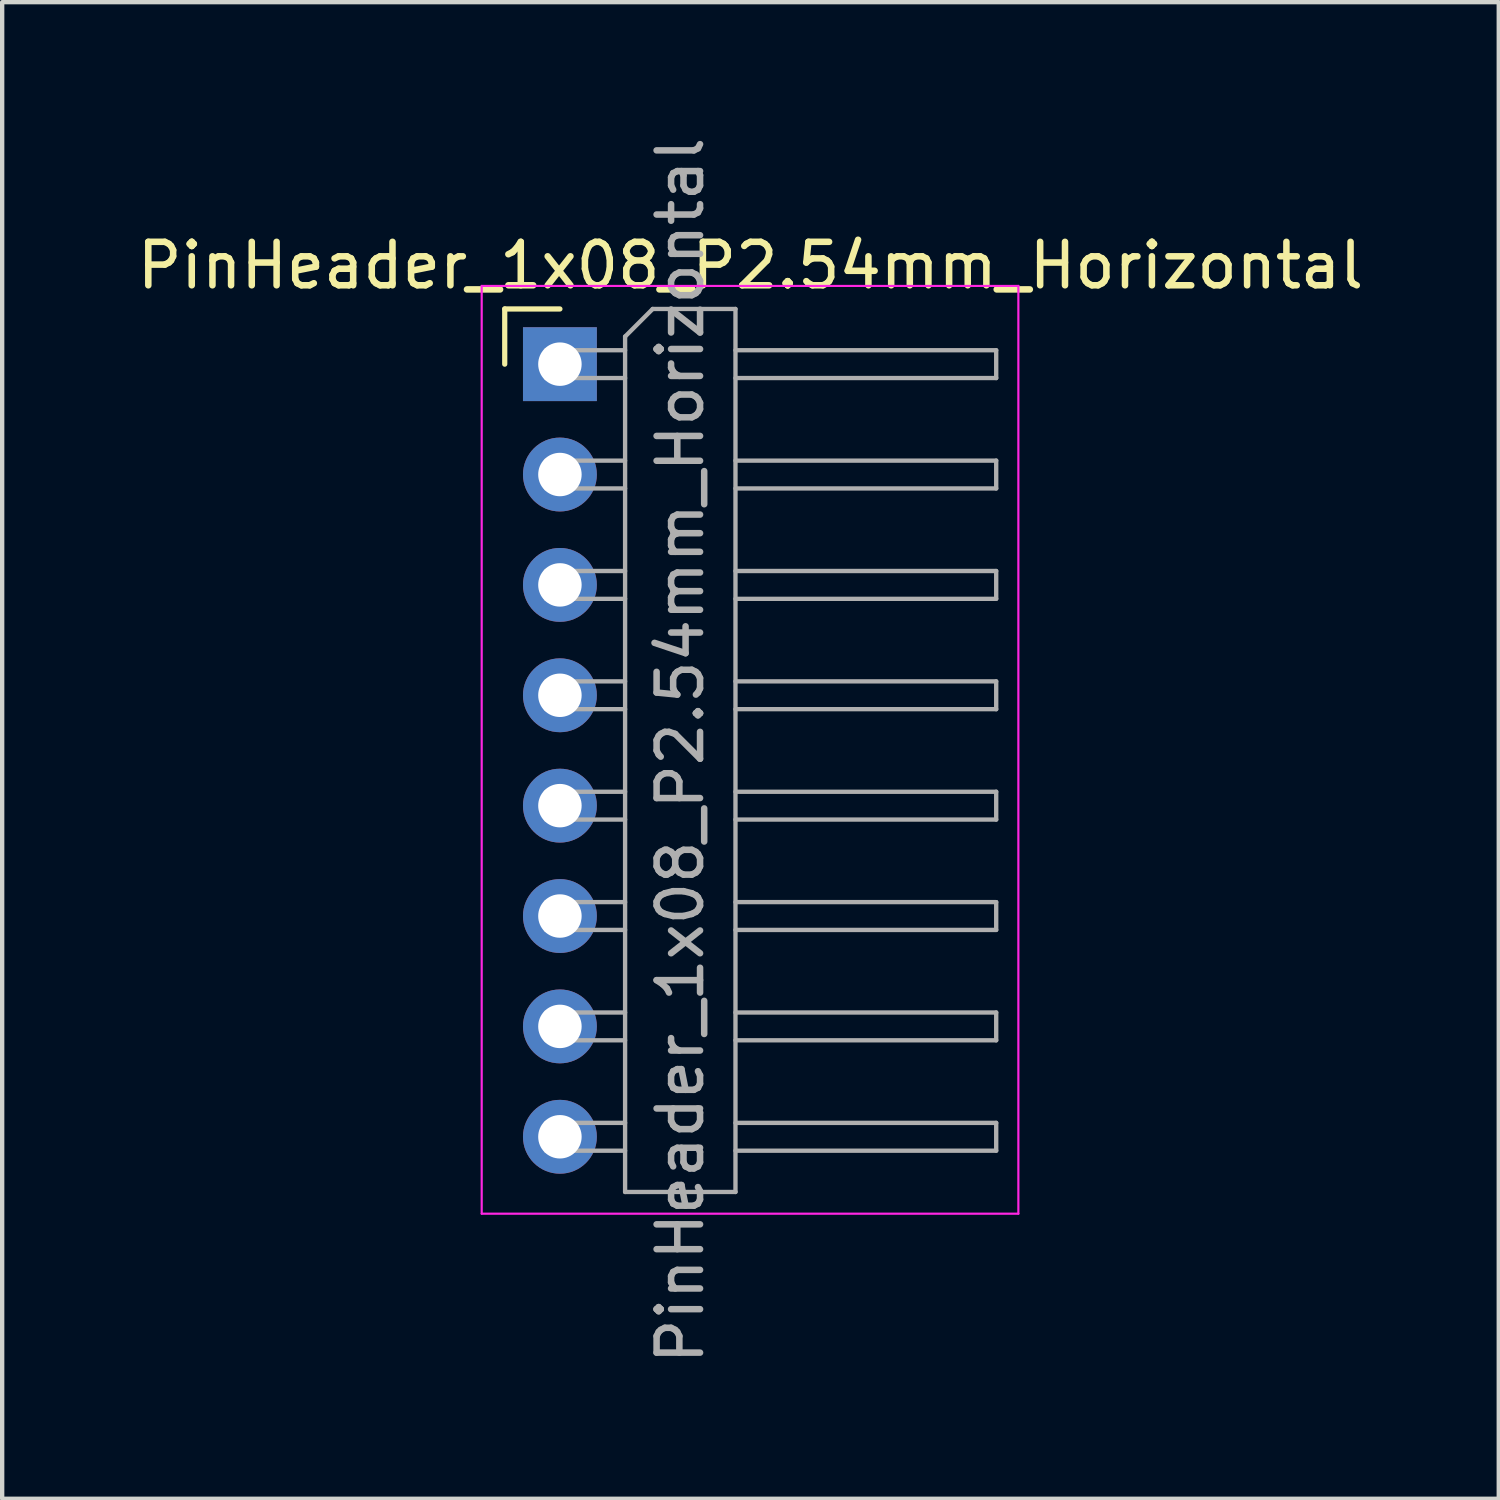
<source format=kicad_pcb>
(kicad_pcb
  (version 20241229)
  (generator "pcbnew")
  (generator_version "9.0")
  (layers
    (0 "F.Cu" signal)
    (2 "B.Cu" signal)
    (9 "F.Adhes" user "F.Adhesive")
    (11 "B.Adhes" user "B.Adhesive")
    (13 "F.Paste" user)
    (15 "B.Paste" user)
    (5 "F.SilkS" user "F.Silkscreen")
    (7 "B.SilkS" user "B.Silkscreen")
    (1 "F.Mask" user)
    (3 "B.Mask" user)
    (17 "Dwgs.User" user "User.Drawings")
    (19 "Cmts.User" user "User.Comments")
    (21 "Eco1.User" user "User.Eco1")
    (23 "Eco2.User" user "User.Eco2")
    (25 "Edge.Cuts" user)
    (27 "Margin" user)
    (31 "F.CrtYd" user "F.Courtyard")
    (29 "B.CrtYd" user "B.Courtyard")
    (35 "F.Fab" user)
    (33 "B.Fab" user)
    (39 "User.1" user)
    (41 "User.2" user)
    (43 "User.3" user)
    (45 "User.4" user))
  (footprint "PinHeader_1x08_P2.54mm_Horizontal"
    (layer "F.Cu")
    (at 9.835 5.33)
    (property "Reference" "PinHeader_1x08_P2.54mm_Horizontal" (at 4.385 -2.27 0) (layer "F.SilkS") (effects (font (size 1 1) (thickness 0.15))))
    (attr through_hole)
    (fp_line (start -1.27 -1.27) (end 0 -1.27) (stroke (width 0.12) (type solid)) (layer "F.SilkS"))
    (fp_line (start -1.27 0) (end -1.27 -1.27) (stroke (width 0.12) (type solid)) (layer "F.SilkS"))
    (fp_line (start -1.8 -1.8) (end -1.8 19.55) (stroke (width 0.05) (type solid)) (layer "F.CrtYd"))
    (fp_line (start -1.8 19.55) (end 10.55 19.55) (stroke (width 0.05) (type solid)) (layer "F.CrtYd"))
    (fp_line (start 10.55 -1.8) (end -1.8 -1.8) (stroke (width 0.05) (type solid)) (layer "F.CrtYd"))
    (fp_line (start 10.55 19.55) (end 10.55 -1.8) (stroke (width 0.05) (type solid)) (layer "F.CrtYd"))
    (fp_line (start -0.32 -0.32) (end -0.32 0.32) (stroke (width 0.1) (type solid)) (layer "F.Fab"))
    (fp_line (start -0.32 -0.32) (end 1.5 -0.32) (stroke (width 0.1) (type solid)) (layer "F.Fab"))
    (fp_line (start -0.32 0.32) (end 1.5 0.32) (stroke (width 0.1) (type solid)) (layer "F.Fab"))
    (fp_line (start -0.32 2.22) (end -0.32 2.86) (stroke (width 0.1) (type solid)) (layer "F.Fab"))
    (fp_line (start -0.32 2.22) (end 1.5 2.22) (stroke (width 0.1) (type solid)) (layer "F.Fab"))
    (fp_line (start -0.32 2.86) (end 1.5 2.86) (stroke (width 0.1) (type solid)) (layer "F.Fab"))
    (fp_line (start -0.32 4.76) (end -0.32 5.4) (stroke (width 0.1) (type solid)) (layer "F.Fab"))
    (fp_line (start -0.32 4.76) (end 1.5 4.76) (stroke (width 0.1) (type solid)) (layer "F.Fab"))
    (fp_line (start -0.32 5.4) (end 1.5 5.4) (stroke (width 0.1) (type solid)) (layer "F.Fab"))
    (fp_line (start -0.32 7.3) (end -0.32 7.94) (stroke (width 0.1) (type solid)) (layer "F.Fab"))
    (fp_line (start -0.32 7.3) (end 1.5 7.3) (stroke (width 0.1) (type solid)) (layer "F.Fab"))
    (fp_line (start -0.32 7.94) (end 1.5 7.94) (stroke (width 0.1) (type solid)) (layer "F.Fab"))
    (fp_line (start -0.32 9.84) (end -0.32 10.48) (stroke (width 0.1) (type solid)) (layer "F.Fab"))
    (fp_line (start -0.32 9.84) (end 1.5 9.84) (stroke (width 0.1) (type solid)) (layer "F.Fab"))
    (fp_line (start -0.32 10.48) (end 1.5 10.48) (stroke (width 0.1) (type solid)) (layer "F.Fab"))
    (fp_line (start -0.32 12.38) (end -0.32 13.02) (stroke (width 0.1) (type solid)) (layer "F.Fab"))
    (fp_line (start -0.32 12.38) (end 1.5 12.38) (stroke (width 0.1) (type solid)) (layer "F.Fab"))
    (fp_line (start -0.32 13.02) (end 1.5 13.02) (stroke (width 0.1) (type solid)) (layer "F.Fab"))
    (fp_line (start -0.32 14.92) (end -0.32 15.56) (stroke (width 0.1) (type solid)) (layer "F.Fab"))
    (fp_line (start -0.32 14.92) (end 1.5 14.92) (stroke (width 0.1) (type solid)) (layer "F.Fab"))
    (fp_line (start -0.32 15.56) (end 1.5 15.56) (stroke (width 0.1) (type solid)) (layer "F.Fab"))
    (fp_line (start -0.32 17.46) (end -0.32 18.1) (stroke (width 0.1) (type solid)) (layer "F.Fab"))
    (fp_line (start -0.32 17.46) (end 1.5 17.46) (stroke (width 0.1) (type solid)) (layer "F.Fab"))
    (fp_line (start -0.32 18.1) (end 1.5 18.1) (stroke (width 0.1) (type solid)) (layer "F.Fab"))
    (fp_line (start 1.5 -0.635) (end 2.135 -1.27) (stroke (width 0.1) (type solid)) (layer "F.Fab"))
    (fp_line (start 1.5 19.05) (end 1.5 -0.635) (stroke (width 0.1) (type solid)) (layer "F.Fab"))
    (fp_line (start 2.135 -1.27) (end 4.04 -1.27) (stroke (width 0.1) (type solid)) (layer "F.Fab"))
    (fp_line (start 4.04 -1.27) (end 4.04 19.05) (stroke (width 0.1) (type solid)) (layer "F.Fab"))
    (fp_line (start 4.04 -0.32) (end 10.04 -0.32) (stroke (width 0.1) (type solid)) (layer "F.Fab"))
    (fp_line (start 4.04 0.32) (end 10.04 0.32) (stroke (width 0.1) (type solid)) (layer "F.Fab"))
    (fp_line (start 4.04 2.22) (end 10.04 2.22) (stroke (width 0.1) (type solid)) (layer "F.Fab"))
    (fp_line (start 4.04 2.86) (end 10.04 2.86) (stroke (width 0.1) (type solid)) (layer "F.Fab"))
    (fp_line (start 4.04 4.76) (end 10.04 4.76) (stroke (width 0.1) (type solid)) (layer "F.Fab"))
    (fp_line (start 4.04 5.4) (end 10.04 5.4) (stroke (width 0.1) (type solid)) (layer "F.Fab"))
    (fp_line (start 4.04 7.3) (end 10.04 7.3) (stroke (width 0.1) (type solid)) (layer "F.Fab"))
    (fp_line (start 4.04 7.94) (end 10.04 7.94) (stroke (width 0.1) (type solid)) (layer "F.Fab"))
    (fp_line (start 4.04 9.84) (end 10.04 9.84) (stroke (width 0.1) (type solid)) (layer "F.Fab"))
    (fp_line (start 4.04 10.48) (end 10.04 10.48) (stroke (width 0.1) (type solid)) (layer "F.Fab"))
    (fp_line (start 4.04 12.38) (end 10.04 12.38) (stroke (width 0.1) (type solid)) (layer "F.Fab"))
    (fp_line (start 4.04 13.02) (end 10.04 13.02) (stroke (width 0.1) (type solid)) (layer "F.Fab"))
    (fp_line (start 4.04 14.92) (end 10.04 14.92) (stroke (width 0.1) (type solid)) (layer "F.Fab"))
    (fp_line (start 4.04 15.56) (end 10.04 15.56) (stroke (width 0.1) (type solid)) (layer "F.Fab"))
    (fp_line (start 4.04 17.46) (end 10.04 17.46) (stroke (width 0.1) (type solid)) (layer "F.Fab"))
    (fp_line (start 4.04 18.1) (end 10.04 18.1) (stroke (width 0.1) (type solid)) (layer "F.Fab"))
    (fp_line (start 4.04 19.05) (end 1.5 19.05) (stroke (width 0.1) (type solid)) (layer "F.Fab"))
    (fp_line (start 10.04 -0.32) (end 10.04 0.32) (stroke (width 0.1) (type solid)) (layer "F.Fab"))
    (fp_line (start 10.04 2.22) (end 10.04 2.86) (stroke (width 0.1) (type solid)) (layer "F.Fab"))
    (fp_line (start 10.04 4.76) (end 10.04 5.4) (stroke (width 0.1) (type solid)) (layer "F.Fab"))
    (fp_line (start 10.04 7.3) (end 10.04 7.94) (stroke (width 0.1) (type solid)) (layer "F.Fab"))
    (fp_line (start 10.04 9.84) (end 10.04 10.48) (stroke (width 0.1) (type solid)) (layer "F.Fab"))
    (fp_line (start 10.04 12.38) (end 10.04 13.02) (stroke (width 0.1) (type solid)) (layer "F.Fab"))
    (fp_line (start 10.04 14.92) (end 10.04 15.56) (stroke (width 0.1) (type solid)) (layer "F.Fab"))
    (fp_line (start 10.04 17.46) (end 10.04 18.1) (stroke (width 0.1) (type solid)) (layer "F.Fab"))
    (fp_text user "${REFERENCE}" (at 2.77 8.89 90) (layer "F.Fab") (effects (font (size 1 1) (thickness 0.15))))
    (pad "1" thru_hole rect (at 0 0) (size 1.7 1.7) (drill 1) (layers "*.Cu" "*.Mask"))
    (pad "2" thru_hole oval (at 0 2.54) (size 1.7 1.7) (drill 1) (layers "*.Cu" "*.Mask"))
    (pad "3" thru_hole oval (at 0 5.08) (size 1.7 1.7) (drill 1) (layers "*.Cu" "*.Mask"))
    (pad "4" thru_hole oval (at 0 7.62) (size 1.7 1.7) (drill 1) (layers "*.Cu" "*.Mask"))
    (pad "5" thru_hole oval (at 0 10.16) (size 1.7 1.7) (drill 1) (layers "*.Cu" "*.Mask"))
    (pad "6" thru_hole oval (at 0 12.7) (size 1.7 1.7) (drill 1) (layers "*.Cu" "*.Mask"))
    (pad "7" thru_hole oval (at 0 15.24) (size 1.7 1.7) (drill 1) (layers "*.Cu" "*.Mask"))
    (pad "8" thru_hole oval (at 0 17.78) (size 1.7 1.7) (drill 1) (layers "*.Cu" "*.Mask")))
  (gr_rect
    (start -3 -3)
    (end 31.44 31.44)
    (stroke (width 0.1) (type default))
    (fill no)
    (layer "Edge.Cuts")))
</source>
